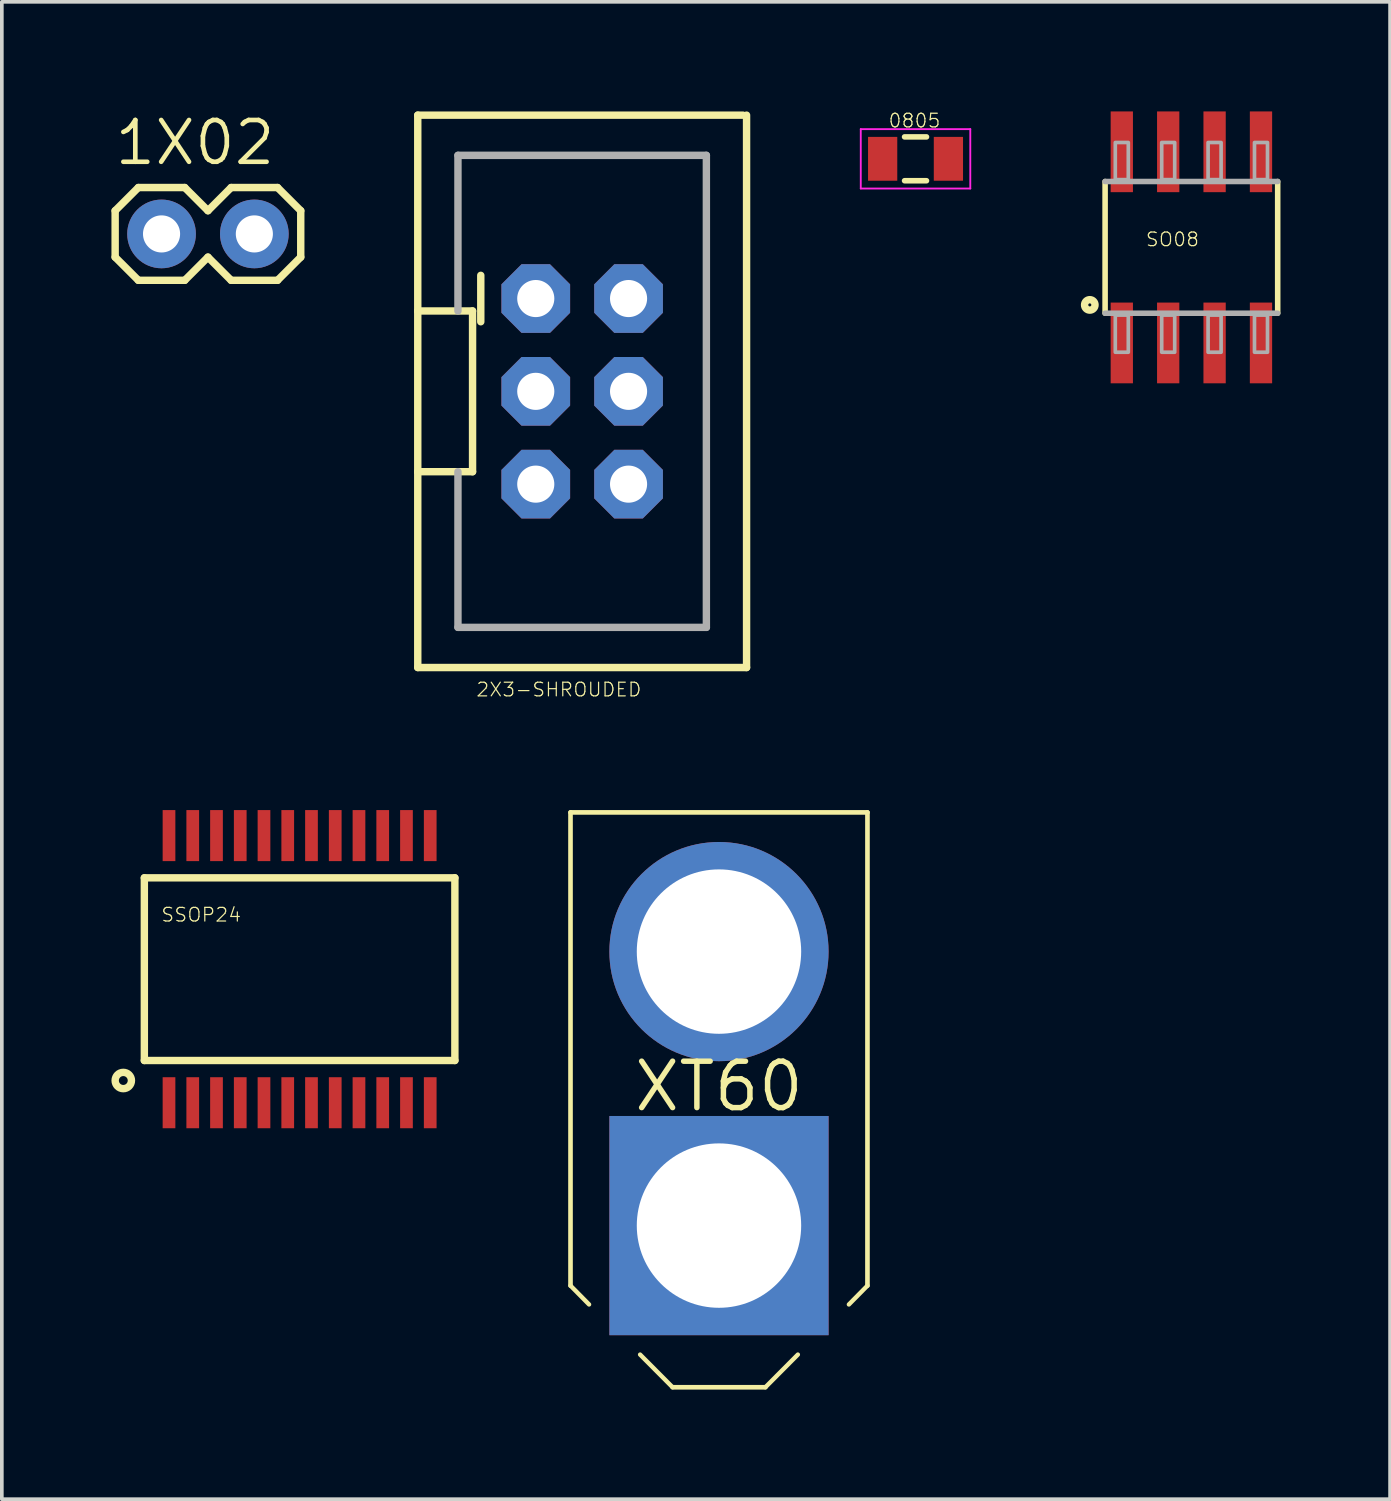
<source format=kicad_pcb>
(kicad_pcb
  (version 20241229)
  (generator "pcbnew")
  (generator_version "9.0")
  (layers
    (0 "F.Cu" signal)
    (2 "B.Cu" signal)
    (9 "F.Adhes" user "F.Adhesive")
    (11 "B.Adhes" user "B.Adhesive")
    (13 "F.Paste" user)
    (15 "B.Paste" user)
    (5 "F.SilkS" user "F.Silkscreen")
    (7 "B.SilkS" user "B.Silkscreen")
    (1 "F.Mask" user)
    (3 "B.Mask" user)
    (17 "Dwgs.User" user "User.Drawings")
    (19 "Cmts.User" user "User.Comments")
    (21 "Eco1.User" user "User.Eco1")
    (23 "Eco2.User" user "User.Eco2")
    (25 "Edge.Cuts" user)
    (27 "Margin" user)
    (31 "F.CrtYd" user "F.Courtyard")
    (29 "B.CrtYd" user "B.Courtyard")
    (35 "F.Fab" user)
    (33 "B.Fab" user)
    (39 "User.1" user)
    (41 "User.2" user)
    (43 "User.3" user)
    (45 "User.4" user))
  (footprint "XT60"
    (layer "F.Cu")
    (at 16.63 26.687)
    (property "Reference" "XT60" (at 0 0 0) (layer "F.SilkS") (effects (font (size 1.27 1.27) (thickness 0.15))))
    (fp_line (start -4.064 -7.5) (end -4.064 5.454) (stroke (width 0.127) (type solid)) (layer "F.SilkS"))
    (fp_line (start -4.064 5.454) (end -3.556 5.969) (stroke (width 0.12) (type solid)) (layer "F.SilkS"))
    (fp_line (start -1.27 8.235) (end -2.159 7.341) (stroke (width 0.12) (type solid)) (layer "F.SilkS"))
    (fp_line (start -1.27 8.235) (end 1.27 8.235) (stroke (width 0.127) (type solid)) (layer "F.SilkS"))
    (fp_line (start 1.27 8.235) (end 2.159 7.341) (stroke (width 0.12) (type solid)) (layer "F.SilkS"))
    (fp_line (start 4.064 -7.5) (end -4.064 -7.5) (stroke (width 0.127) (type solid)) (layer "F.SilkS"))
    (fp_line (start 4.064 5.454) (end 3.556 5.969) (stroke (width 0.12) (type solid)) (layer "F.SilkS"))
    (fp_line (start 4.064 5.454) (end 4.064 -7.5) (stroke (width 0.127) (type solid)) (layer "F.SilkS"))
    (pad "P$1" thru_hole rect (at 0 3.81) (size 6 6) (drill 4.5) (layers "*.Cu" "*.Mask"))
    (pad "P$2" thru_hole circle (at 0 -3.69) (size 6 6) (drill 4.5) (layers "*.Cu" "*.Mask")))
  (footprint "SO08"
    (layer "F.Cu")
    (at 29.561 3.721)
    (property "Reference" "SO08" (at -1.27 0 0) (layer "F.SilkS") (effects (font (size 0.374 0.374) (thickness 0.033)) (justify left bottom)))
    (fp_line (start -2.362 -1.803) (end -2.362 1.803) (stroke (width 0.152) (type solid)) (layer "F.SilkS"))
    (fp_line (start 2.362 1.803) (end 2.362 -1.803) (stroke (width 0.152) (type solid)) (layer "F.SilkS"))
    (fp_circle (center -2.781 1.575) (end -2.638 1.575) (stroke (width 0.203) (type solid)) (fill no) (layer "F.SilkS"))
    (fp_line (start -2.362 1.803) (end 2.362 1.803) (stroke (width 0.152) (type solid)) (layer "F.Fab"))
    (fp_line (start 2.362 -1.803) (end -2.362 -1.803) (stroke (width 0.152) (type solid)) (layer "F.Fab"))
    (fp_poly (pts (xy -2.083 -1.854) (xy -1.727 -1.854) (xy -1.727 -2.87) (xy -2.083 -2.87)) (stroke (width 0.1) (type solid)) (fill no) (layer "F.Fab"))
    (fp_poly (pts (xy -2.083 2.87) (xy -1.727 2.87) (xy -1.727 1.854) (xy -2.083 1.854)) (stroke (width 0.1) (type solid)) (fill no) (layer "F.Fab"))
    (fp_poly (pts (xy -0.813 -1.854) (xy -0.457 -1.854) (xy -0.457 -2.87) (xy -0.813 -2.87)) (stroke (width 0.1) (type solid)) (fill no) (layer "F.Fab"))
    (fp_poly (pts (xy -0.813 2.87) (xy -0.457 2.87) (xy -0.457 1.854) (xy -0.813 1.854)) (stroke (width 0.1) (type solid)) (fill no) (layer "F.Fab"))
    (fp_poly (pts (xy 0.457 -1.854) (xy 0.813 -1.854) (xy 0.813 -2.87) (xy 0.457 -2.87)) (stroke (width 0.1) (type solid)) (fill no) (layer "F.Fab"))
    (fp_poly (pts (xy 0.457 2.87) (xy 0.813 2.87) (xy 0.813 1.854) (xy 0.457 1.854)) (stroke (width 0.1) (type solid)) (fill no) (layer "F.Fab"))
    (fp_poly (pts (xy 1.727 -1.854) (xy 2.083 -1.854) (xy 2.083 -2.87) (xy 1.727 -2.87)) (stroke (width 0.1) (type solid)) (fill no) (layer "F.Fab"))
    (fp_poly (pts (xy 1.727 2.87) (xy 2.083 2.87) (xy 2.083 1.854) (xy 1.727 1.854)) (stroke (width 0.1) (type solid)) (fill no) (layer "F.Fab"))
    (pad "1" smd rect (at -1.905 2.616) (size 0.61 2.21) (layers "F.Cu" "F.Mask" "F.Paste"))
    (pad "2" smd rect (at -0.635 2.616) (size 0.61 2.21) (layers "F.Cu" "F.Mask" "F.Paste"))
    (pad "3" smd rect (at 0.635 2.616) (size 0.61 2.21) (layers "F.Cu" "F.Mask" "F.Paste"))
    (pad "4" smd rect (at 1.905 2.616) (size 0.61 2.21) (layers "F.Cu" "F.Mask" "F.Paste"))
    (pad "5" smd rect (at 1.905 -2.616) (size 0.61 2.21) (layers "F.Cu" "F.Mask" "F.Paste"))
    (pad "6" smd rect (at 0.635 -2.616) (size 0.61 2.21) (layers "F.Cu" "F.Mask" "F.Paste"))
    (pad "7" smd rect (at -0.635 -2.616) (size 0.61 2.21) (layers "F.Cu" "F.Mask" "F.Paste"))
    (pad "8" smd rect (at -1.905 -2.616) (size 0.61 2.21) (layers "F.Cu" "F.Mask" "F.Paste")))
  (footprint "SSOP24"
    (layer "F.Cu")
    (at 5.151 23.478)
    (property "Reference" "SSOP24" (at -3.81 -1.27 0) (layer "F.SilkS") (effects (font (size 0.374 0.374) (thickness 0.033)) (justify left bottom)))
    (fp_line (start -4.25 -2.5) (end 4.25 -2.5) (stroke (width 0.203) (type solid)) (layer "F.SilkS"))
    (fp_line (start -4.25 2.5) (end -4.25 -2.5) (stroke (width 0.203) (type solid)) (layer "F.SilkS"))
    (fp_line (start 4.25 -2.5) (end 4.25 2.5) (stroke (width 0.203) (type solid)) (layer "F.SilkS"))
    (fp_line (start 4.25 2.5) (end -4.25 2.5) (stroke (width 0.203) (type solid)) (layer "F.SilkS"))
    (fp_circle (center -4.826 3.048) (end -4.603 3.048) (stroke (width 0.203) (type solid)) (fill no) (layer "F.SilkS"))
    (pad "1" smd rect (at -3.575 3.656) (size 0.348 1.397) (layers "F.Cu" "F.Mask" "F.Paste"))
    (pad "2" smd rect (at -2.925 3.656) (size 0.348 1.397) (layers "F.Cu" "F.Mask" "F.Paste"))
    (pad "3" smd rect (at -2.275 3.656) (size 0.348 1.397) (layers "F.Cu" "F.Mask" "F.Paste"))
    (pad "4" smd rect (at -1.625 3.656) (size 0.348 1.397) (layers "F.Cu" "F.Mask" "F.Paste"))
    (pad "5" smd rect (at -0.975 3.656) (size 0.348 1.397) (layers "F.Cu" "F.Mask" "F.Paste"))
    (pad "6" smd rect (at -0.325 3.656) (size 0.348 1.397) (layers "F.Cu" "F.Mask" "F.Paste"))
    (pad "7" smd rect (at 0.325 3.656) (size 0.348 1.397) (layers "F.Cu" "F.Mask" "F.Paste"))
    (pad "8" smd rect (at 0.975 3.656) (size 0.348 1.397) (layers "F.Cu" "F.Mask" "F.Paste"))
    (pad "9" smd rect (at 1.625 3.656) (size 0.348 1.397) (layers "F.Cu" "F.Mask" "F.Paste"))
    (pad "10" smd rect (at 2.275 3.656) (size 0.348 1.397) (layers "F.Cu" "F.Mask" "F.Paste"))
    (pad "11" smd rect (at 2.925 3.656) (size 0.348 1.397) (layers "F.Cu" "F.Mask" "F.Paste"))
    (pad "12" smd rect (at 3.575 3.656) (size 0.348 1.397) (layers "F.Cu" "F.Mask" "F.Paste"))
    (pad "13" smd rect (at 3.575 -3.656 180) (size 0.348 1.397) (layers "F.Cu" "F.Mask" "F.Paste"))
    (pad "14" smd rect (at 2.925 -3.656 180) (size 0.348 1.397) (layers "F.Cu" "F.Mask" "F.Paste"))
    (pad "15" smd rect (at 2.275 -3.656) (size 0.348 1.397) (layers "F.Cu" "F.Mask" "F.Paste"))
    (pad "16" smd rect (at 1.625 -3.656) (size 0.348 1.397) (layers "F.Cu" "F.Mask" "F.Paste"))
    (pad "17" smd rect (at 0.975 -3.656) (size 0.348 1.397) (layers "F.Cu" "F.Mask" "F.Paste"))
    (pad "18" smd rect (at 0.325 -3.656) (size 0.348 1.397) (layers "F.Cu" "F.Mask" "F.Paste"))
    (pad "19" smd rect (at -0.325 -3.656) (size 0.348 1.397) (layers "F.Cu" "F.Mask" "F.Paste"))
    (pad "20" smd rect (at -0.975 -3.656) (size 0.348 1.397) (layers "F.Cu" "F.Mask" "F.Paste"))
    (pad "21" smd rect (at -1.625 -3.656) (size 0.348 1.397) (layers "F.Cu" "F.Mask" "F.Paste"))
    (pad "22" smd rect (at -2.275 -3.656) (size 0.348 1.397) (layers "F.Cu" "F.Mask" "F.Paste"))
    (pad "23" smd rect (at -2.925 -3.656) (size 0.348 1.397) (layers "F.Cu" "F.Mask" "F.Paste"))
    (pad "24" smd rect (at -3.575 -3.656) (size 0.348 1.397) (layers "F.Cu" "F.Mask" "F.Paste")))
  (footprint "2X3-SHROUDED"
    (layer "F.Cu")
    (at 12.885 7.662)
    (property "Reference" "2X3-SHROUDED" (at -2.921 8.382 0) (layer "F.SilkS") (effects (font (size 0.374 0.374) (thickness 0.033)) (justify left bottom)))
    (fp_line (start -4.5 -7.56) (end 4.4 -7.56) (stroke (width 0.203) (type solid)) (layer "F.SilkS"))
    (fp_line (start -4.5 -2.2) (end -4.5 -7.56) (stroke (width 0.203) (type solid)) (layer "F.SilkS"))
    (fp_line (start -4.5 -2.2) (end -3 -2.2) (stroke (width 0.203) (type solid)) (layer "F.SilkS"))
    (fp_line (start -4.5 2.2) (end -4.5 -2.2) (stroke (width 0.203) (type solid)) (layer "F.SilkS"))
    (fp_line (start -4.5 7.56) (end -4.5 2.2) (stroke (width 0.203) (type solid)) (layer "F.SilkS"))
    (fp_line (start -3 -2.2) (end -3 2.2) (stroke (width 0.203) (type solid)) (layer "F.SilkS"))
    (fp_line (start -3 2.2) (end -4.5 2.2) (stroke (width 0.203) (type solid)) (layer "F.SilkS"))
    (fp_line (start -2.775 -3.175) (end -2.775 -1.905) (stroke (width 0.203) (type solid)) (layer "F.SilkS"))
    (fp_line (start 4.5 -7.56) (end 4.5 7.56) (stroke (width 0.203) (type solid)) (layer "F.SilkS"))
    (fp_line (start 4.5 7.56) (end -4.5 7.56) (stroke (width 0.203) (type solid)) (layer "F.SilkS"))
    (fp_line (start -3.4 -6.46) (end -3.4 -2.2) (stroke (width 0.203) (type solid)) (layer "F.Fab"))
    (fp_line (start -3.4 -6.46) (end 3.4 -6.46) (stroke (width 0.203) (type solid)) (layer "F.Fab"))
    (fp_line (start -3.4 6.46) (end -3.4 2.2) (stroke (width 0.203) (type solid)) (layer "F.Fab"))
    (fp_line (start -3.4 6.46) (end 3.4 6.46) (stroke (width 0.203) (type solid)) (layer "F.Fab"))
    (fp_line (start 3.4 -6.46) (end 3.4 6.46) (stroke (width 0.203) (type solid)) (layer "F.Fab"))
    (fp_poly (pts (xy -1.524 -2.286) (xy -1.016 -2.286) (xy -1.016 -2.794) (xy -1.524 -2.794)) (stroke (width 0.1) (type solid)) (fill no) (layer "F.Fab"))
    (fp_poly (pts (xy -1.524 0.254) (xy -1.016 0.254) (xy -1.016 -0.254) (xy -1.524 -0.254)) (stroke (width 0.1) (type solid)) (fill no) (layer "F.Fab"))
    (fp_poly (pts (xy -1.524 2.794) (xy -1.016 2.794) (xy -1.016 2.286) (xy -1.524 2.286)) (stroke (width 0.1) (type solid)) (fill no) (layer "F.Fab"))
    (fp_poly (pts (xy -1.524 2.794) (xy -1.016 2.794) (xy -1.016 2.286) (xy -1.524 2.286)) (stroke (width 0.1) (type solid)) (fill no) (layer "F.Fab"))
    (fp_poly (pts (xy 1.016 -2.286) (xy 1.524 -2.286) (xy 1.524 -2.794) (xy 1.016 -2.794)) (stroke (width 0.1) (type solid)) (fill no) (layer "F.Fab"))
    (fp_poly (pts (xy 1.016 0.254) (xy 1.524 0.254) (xy 1.524 -0.254) (xy 1.016 -0.254)) (stroke (width 0.1) (type solid)) (fill no) (layer "F.Fab"))
    (fp_poly (pts (xy 1.016 2.794) (xy 1.524 2.794) (xy 1.524 2.286) (xy 1.016 2.286)) (stroke (width 0.1) (type solid)) (fill no) (layer "F.Fab"))
    (fp_poly (pts (xy 1.016 2.794) (xy 1.524 2.794) (xy 1.524 2.286) (xy 1.016 2.286)) (stroke (width 0.1) (type solid)) (fill no) (layer "F.Fab"))
    (pad "1" thru_hole roundrect (at -1.27 -2.54 270) (size 1.88 1.88) (drill 1.016) (layers "*.Cu" "*.Mask") (roundrect_rratio 0.25) (chamfer_ratio 0.293) (chamfer top_left top_right bottom_left bottom_right))
    (pad "2" thru_hole roundrect (at 1.27 -2.54 270) (size 1.88 1.88) (drill 1.016) (layers "*.Cu" "*.Mask") (roundrect_rratio 0.25) (chamfer_ratio 0.293) (chamfer top_left top_right bottom_left bottom_right))
    (pad "3" thru_hole roundrect (at -1.27 0 270) (size 1.88 1.88) (drill 1.016) (layers "*.Cu" "*.Mask") (roundrect_rratio 0.25) (chamfer_ratio 0.293) (chamfer top_left top_right bottom_left bottom_right))
    (pad "4" thru_hole roundrect (at 1.27 0 270) (size 1.88 1.88) (drill 1.016) (layers "*.Cu" "*.Mask") (roundrect_rratio 0.25) (chamfer_ratio 0.293) (chamfer top_left top_right bottom_left bottom_right))
    (pad "5" thru_hole roundrect (at -1.27 2.54 270) (size 1.88 1.88) (drill 1.016) (layers "*.Cu" "*.Mask") (roundrect_rratio 0.25) (chamfer_ratio 0.293) (chamfer top_left top_right bottom_left bottom_right))
    (pad "6" thru_hole roundrect (at 1.27 2.54 270) (size 1.88 1.88) (drill 1.016) (layers "*.Cu" "*.Mask") (roundrect_rratio 0.25) (chamfer_ratio 0.293) (chamfer top_left top_right bottom_left bottom_right)))
  (footprint "1X02"
    (layer "F.Cu")
    (at 1.372 3.353)
    (property "Reference" "1X02" (at -1.346 -1.829 0) (layer "F.SilkS") (effects (font (size 1.143 1.143) (thickness 0.127)) (justify left bottom)))
    (fp_line (start -1.27 -0.635) (end -1.27 0.635) (stroke (width 0.203) (type solid)) (layer "F.SilkS"))
    (fp_line (start -1.27 0.635) (end -0.635 1.27) (stroke (width 0.203) (type solid)) (layer "F.SilkS"))
    (fp_line (start -0.635 -1.27) (end -1.27 -0.635) (stroke (width 0.203) (type solid)) (layer "F.SilkS"))
    (fp_line (start -0.635 -1.27) (end 0.635 -1.27) (stroke (width 0.203) (type solid)) (layer "F.SilkS"))
    (fp_line (start 0.635 -1.27) (end 1.27 -0.635) (stroke (width 0.203) (type solid)) (layer "F.SilkS"))
    (fp_line (start 0.635 1.27) (end -0.635 1.27) (stroke (width 0.203) (type solid)) (layer "F.SilkS"))
    (fp_line (start 1.27 -0.635) (end 1.905 -1.27) (stroke (width 0.203) (type solid)) (layer "F.SilkS"))
    (fp_line (start 1.27 0.635) (end 0.635 1.27) (stroke (width 0.203) (type solid)) (layer "F.SilkS"))
    (fp_line (start 1.905 -1.27) (end 3.175 -1.27) (stroke (width 0.203) (type solid)) (layer "F.SilkS"))
    (fp_line (start 1.905 1.27) (end 1.27 0.635) (stroke (width 0.203) (type solid)) (layer "F.SilkS"))
    (fp_line (start 3.175 -1.27) (end 3.81 -0.635) (stroke (width 0.203) (type solid)) (layer "F.SilkS"))
    (fp_line (start 3.175 1.27) (end 1.905 1.27) (stroke (width 0.203) (type solid)) (layer "F.SilkS"))
    (fp_line (start 3.81 -0.635) (end 3.81 0.635) (stroke (width 0.203) (type solid)) (layer "F.SilkS"))
    (fp_line (start 3.81 0.635) (end 3.175 1.27) (stroke (width 0.203) (type solid)) (layer "F.SilkS"))
    (fp_poly (pts (xy -0.254 0.254) (xy 0.254 0.254) (xy 0.254 -0.254) (xy -0.254 -0.254)) (stroke (width 0.1) (type solid)) (fill no) (layer "F.Fab"))
    (fp_poly (pts (xy 2.286 0.254) (xy 2.794 0.254) (xy 2.794 -0.254) (xy 2.286 -0.254)) (stroke (width 0.1) (type solid)) (fill no) (layer "F.Fab"))
    (pad "1" thru_hole circle (at 0 0 90) (size 1.88 1.88) (drill 1.016) (layers "*.Cu" "*.Mask"))
    (pad "2" thru_hole circle (at 2.54 0 90) (size 1.88 1.88) (drill 1.016) (layers "*.Cu" "*.Mask")))
  (footprint "0805"
    (layer "F.Cu")
    (at 22.01 1.297)
    (property "Reference" "0805" (at -0.762 -0.826 0) (layer "F.SilkS") (effects (font (size 0.374 0.374) (thickness 0.033)) (justify left bottom)))
    (fp_line (start -0.3 -0.6) (end 0.3 -0.6) (stroke (width 0.152) (type solid)) (layer "F.SilkS"))
    (fp_line (start -0.3 0.6) (end 0.3 0.6) (stroke (width 0.152) (type solid)) (layer "F.SilkS"))
    (fp_line (start -1.499 -0.813) (end 1.499 -0.813) (stroke (width 0.051) (type solid)) (layer "F.CrtYd"))
    (fp_line (start -1.499 0.813) (end -1.499 -0.813) (stroke (width 0.051) (type solid)) (layer "F.CrtYd"))
    (fp_line (start 1.499 -0.813) (end 1.499 0.813) (stroke (width 0.051) (type solid)) (layer "F.CrtYd"))
    (fp_line (start 1.499 0.813) (end -1.499 0.813) (stroke (width 0.051) (type solid)) (layer "F.CrtYd"))
    (pad "1" smd rect (at -0.9 0) (size 0.8 1.2) (layers "F.Cu" "F.Mask" "F.Paste"))
    (pad "2" smd rect (at 0.9 0) (size 0.8 1.2) (layers "F.Cu" "F.Mask" "F.Paste")))
  (gr_rect
    (start -3 -3)
    (end 34.999 37.986)
    (stroke (width 0.1) (type default))
    (fill no)
    (layer "Edge.Cuts")))
</source>
